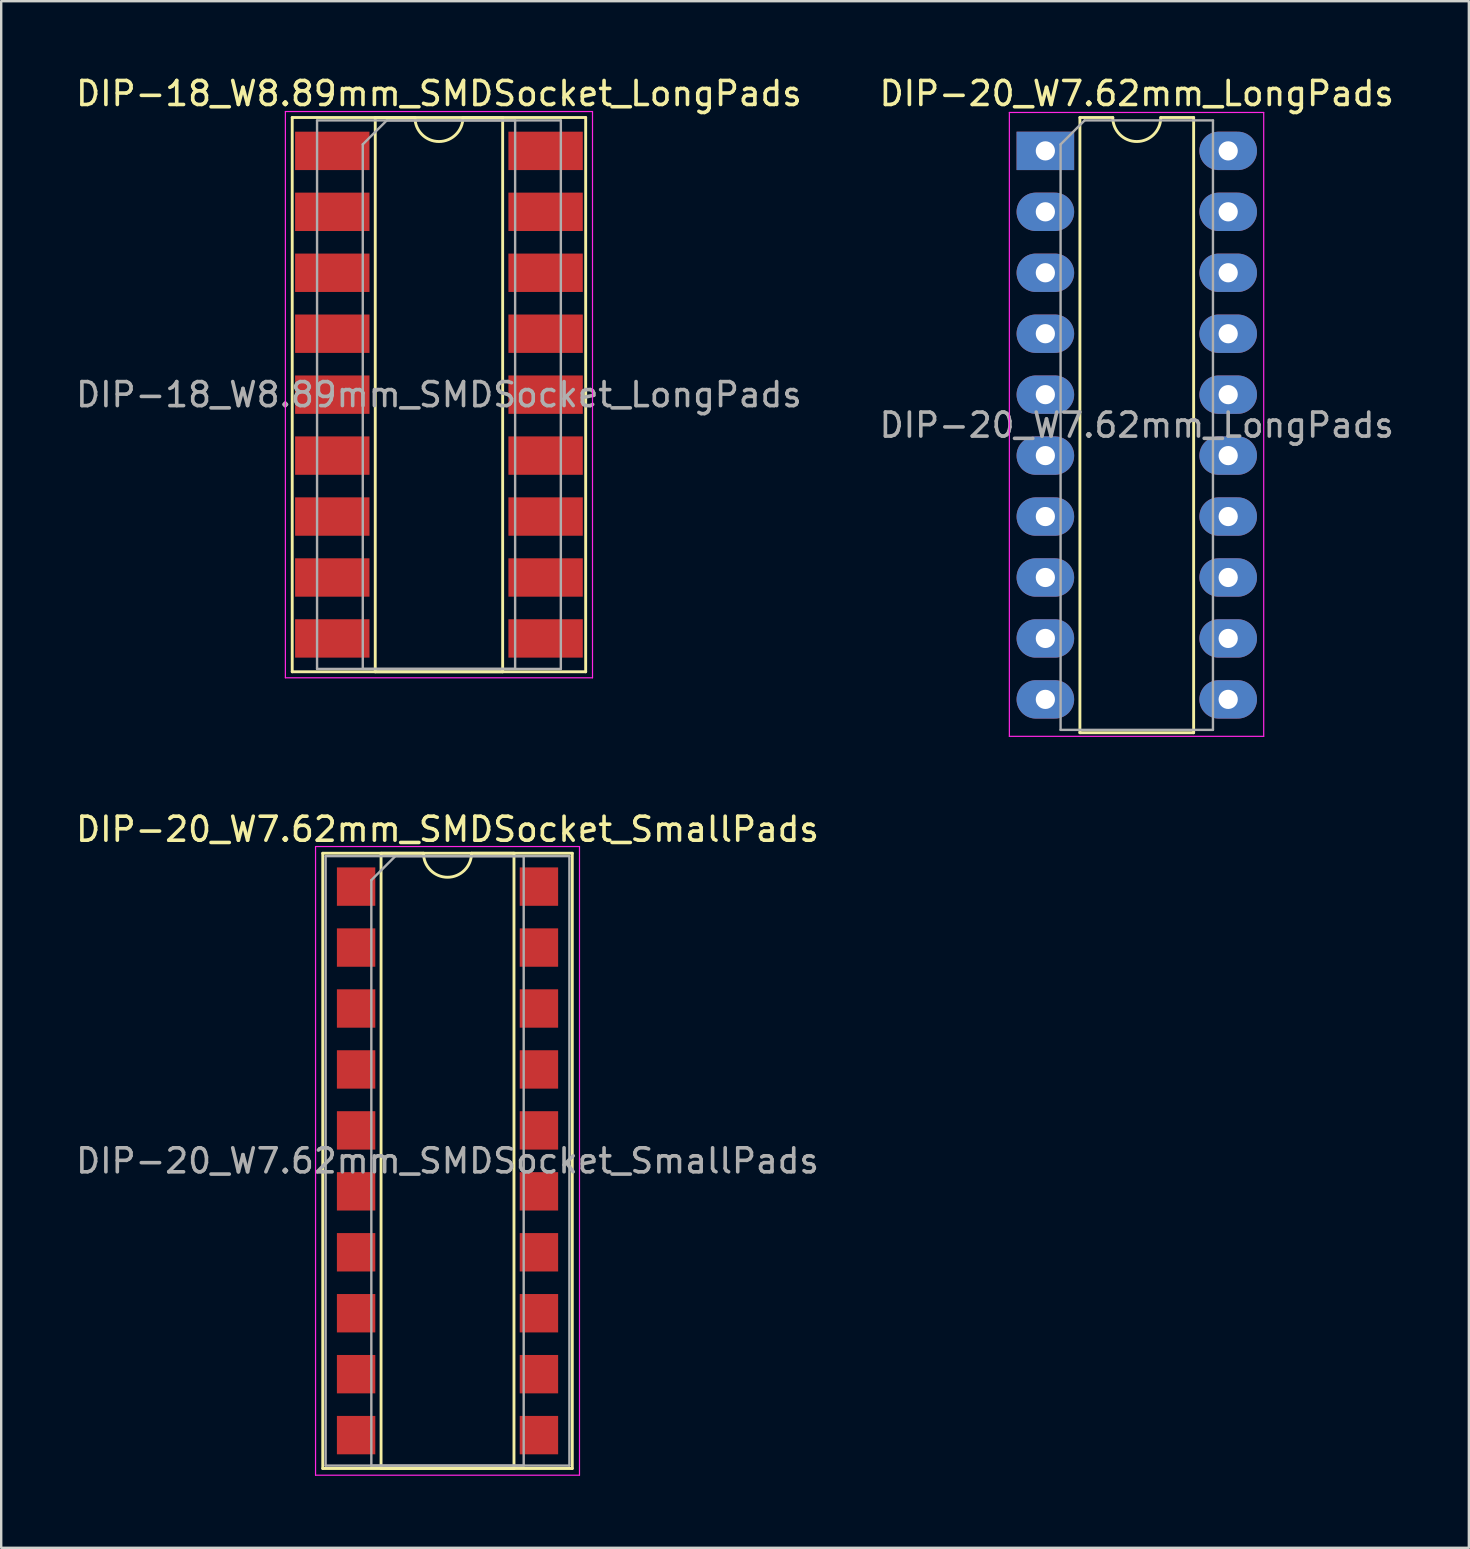
<source format=kicad_pcb>
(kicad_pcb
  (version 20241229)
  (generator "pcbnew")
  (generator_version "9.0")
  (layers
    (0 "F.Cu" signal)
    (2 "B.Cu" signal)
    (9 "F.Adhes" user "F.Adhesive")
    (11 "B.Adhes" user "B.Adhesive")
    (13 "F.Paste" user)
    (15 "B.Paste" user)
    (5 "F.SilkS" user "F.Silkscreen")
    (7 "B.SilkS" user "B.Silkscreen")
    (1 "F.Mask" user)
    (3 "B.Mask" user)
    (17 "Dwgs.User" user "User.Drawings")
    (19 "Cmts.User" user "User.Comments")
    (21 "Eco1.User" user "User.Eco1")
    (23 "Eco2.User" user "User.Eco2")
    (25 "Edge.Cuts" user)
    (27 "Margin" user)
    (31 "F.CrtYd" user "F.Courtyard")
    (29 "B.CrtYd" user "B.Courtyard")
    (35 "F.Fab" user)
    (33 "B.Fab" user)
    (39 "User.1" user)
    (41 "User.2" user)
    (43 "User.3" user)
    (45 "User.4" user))
  (footprint "DIP-20_W7.62mm_LongPads"
    (layer "F.Cu")
    (at 40.517 3.238)
    (property "Reference" "DIP-20_W7.62mm_LongPads" (at 3.81 -2.39 0) (layer "F.SilkS") (effects (font (size 1 1) (thickness 0.15))))
    (attr through_hole)
    (fp_line (start 1.44 -1.39) (end 1.44 24.25) (stroke (width 0.12) (type solid)) (layer "F.SilkS"))
    (fp_line (start 1.44 24.25) (end 6.18 24.25) (stroke (width 0.12) (type solid)) (layer "F.SilkS"))
    (fp_line (start 2.81 -1.39) (end 1.44 -1.39) (stroke (width 0.12) (type solid)) (layer "F.SilkS"))
    (fp_line (start 6.18 -1.39) (end 4.81 -1.39) (stroke (width 0.12) (type solid)) (layer "F.SilkS"))
    (fp_line (start 6.18 24.25) (end 6.18 -1.39) (stroke (width 0.12) (type solid)) (layer "F.SilkS"))
    (fp_arc (start 4.81 -1.39) (mid 3.81 -0.39) (end 2.81 -1.39) (stroke (width 0.12) (type solid)) (layer "F.SilkS"))
    (fp_line (start -1.5 -1.6) (end -1.5 24.4) (stroke (width 0.05) (type solid)) (layer "F.CrtYd"))
    (fp_line (start -1.5 24.4) (end 9.1 24.4) (stroke (width 0.05) (type solid)) (layer "F.CrtYd"))
    (fp_line (start 9.1 -1.6) (end -1.5 -1.6) (stroke (width 0.05) (type solid)) (layer "F.CrtYd"))
    (fp_line (start 9.1 24.4) (end 9.1 -1.6) (stroke (width 0.05) (type solid)) (layer "F.CrtYd"))
    (fp_line (start 0.635 -0.27) (end 1.635 -1.27) (stroke (width 0.1) (type solid)) (layer "F.Fab"))
    (fp_line (start 0.635 24.13) (end 0.635 -0.27) (stroke (width 0.1) (type solid)) (layer "F.Fab"))
    (fp_line (start 1.635 -1.27) (end 6.985 -1.27) (stroke (width 0.1) (type solid)) (layer "F.Fab"))
    (fp_line (start 6.985 -1.27) (end 6.985 24.13) (stroke (width 0.1) (type solid)) (layer "F.Fab"))
    (fp_line (start 6.985 24.13) (end 0.635 24.13) (stroke (width 0.1) (type solid)) (layer "F.Fab"))
    (fp_text user "${REFERENCE}" (at 3.81 11.43 0) (layer "F.Fab") (effects (font (size 1 1) (thickness 0.15))))
    (pad "1" thru_hole rect (at 0 0) (size 2.4 1.6) (drill 0.8) (layers "*.Cu" "*.Mask"))
    (pad "2" thru_hole oval (at 0 2.54) (size 2.4 1.6) (drill 0.8) (layers "*.Cu" "*.Mask"))
    (pad "3" thru_hole oval (at 0 5.08) (size 2.4 1.6) (drill 0.8) (layers "*.Cu" "*.Mask"))
    (pad "4" thru_hole oval (at 0 7.62) (size 2.4 1.6) (drill 0.8) (layers "*.Cu" "*.Mask"))
    (pad "5" thru_hole oval (at 0 10.16) (size 2.4 1.6) (drill 0.8) (layers "*.Cu" "*.Mask"))
    (pad "6" thru_hole oval (at 0 12.7) (size 2.4 1.6) (drill 0.8) (layers "*.Cu" "*.Mask"))
    (pad "7" thru_hole oval (at 0 15.24) (size 2.4 1.6) (drill 0.8) (layers "*.Cu" "*.Mask"))
    (pad "8" thru_hole oval (at 0 17.78) (size 2.4 1.6) (drill 0.8) (layers "*.Cu" "*.Mask"))
    (pad "9" thru_hole oval (at 0 20.32) (size 2.4 1.6) (drill 0.8) (layers "*.Cu" "*.Mask"))
    (pad "10" thru_hole oval (at 0 22.86) (size 2.4 1.6) (drill 0.8) (layers "*.Cu" "*.Mask"))
    (pad "11" thru_hole oval (at 7.62 22.86) (size 2.4 1.6) (drill 0.8) (layers "*.Cu" "*.Mask"))
    (pad "12" thru_hole oval (at 7.62 20.32) (size 2.4 1.6) (drill 0.8) (layers "*.Cu" "*.Mask"))
    (pad "13" thru_hole oval (at 7.62 17.78) (size 2.4 1.6) (drill 0.8) (layers "*.Cu" "*.Mask"))
    (pad "14" thru_hole oval (at 7.62 15.24) (size 2.4 1.6) (drill 0.8) (layers "*.Cu" "*.Mask"))
    (pad "15" thru_hole oval (at 7.62 12.7) (size 2.4 1.6) (drill 0.8) (layers "*.Cu" "*.Mask"))
    (pad "16" thru_hole oval (at 7.62 10.16) (size 2.4 1.6) (drill 0.8) (layers "*.Cu" "*.Mask"))
    (pad "17" thru_hole oval (at 7.62 7.62) (size 2.4 1.6) (drill 0.8) (layers "*.Cu" "*.Mask"))
    (pad "18" thru_hole oval (at 7.62 5.08) (size 2.4 1.6) (drill 0.8) (layers "*.Cu" "*.Mask"))
    (pad "19" thru_hole oval (at 7.62 2.54) (size 2.4 1.6) (drill 0.8) (layers "*.Cu" "*.Mask"))
    (pad "20" thru_hole oval (at 7.62 0) (size 2.4 1.6) (drill 0.8) (layers "*.Cu" "*.Mask")))
  (footprint "DIP-20_W7.62mm_SMDSocket_SmallPads"
    (layer "F.Cu")
    (at 15.601 45.331)
    (property "Reference" "DIP-20_W7.62mm_SMDSocket_SmallPads" (at 0 -13.82 0) (layer "F.SilkS") (effects (font (size 1 1) (thickness 0.15))))
    (attr smd)
    (fp_line (start -5.2 -12.82) (end -5.2 12.82) (stroke (width 0.12) (type solid)) (layer "F.SilkS"))
    (fp_line (start -5.2 12.82) (end 5.2 12.82) (stroke (width 0.12) (type solid)) (layer "F.SilkS"))
    (fp_line (start -2.77 -12.82) (end -2.77 12.82) (stroke (width 0.12) (type solid)) (layer "F.SilkS"))
    (fp_line (start -2.77 12.82) (end 2.77 12.82) (stroke (width 0.12) (type solid)) (layer "F.SilkS"))
    (fp_line (start -1 -12.82) (end -2.77 -12.82) (stroke (width 0.12) (type solid)) (layer "F.SilkS"))
    (fp_line (start 2.77 -12.82) (end 1 -12.82) (stroke (width 0.12) (type solid)) (layer "F.SilkS"))
    (fp_line (start 2.77 12.82) (end 2.77 -12.82) (stroke (width 0.12) (type solid)) (layer "F.SilkS"))
    (fp_line (start 5.2 -12.82) (end -5.2 -12.82) (stroke (width 0.12) (type solid)) (layer "F.SilkS"))
    (fp_line (start 5.2 12.82) (end 5.2 -12.82) (stroke (width 0.12) (type solid)) (layer "F.SilkS"))
    (fp_arc (start 1 -12.82) (mid 0 -11.82) (end -1 -12.82) (stroke (width 0.12) (type solid)) (layer "F.SilkS"))
    (fp_line (start -5.5 -13.1) (end -5.5 13.1) (stroke (width 0.05) (type solid)) (layer "F.CrtYd"))
    (fp_line (start -5.5 13.1) (end 5.5 13.1) (stroke (width 0.05) (type solid)) (layer "F.CrtYd"))
    (fp_line (start 5.5 -13.1) (end -5.5 -13.1) (stroke (width 0.05) (type solid)) (layer "F.CrtYd"))
    (fp_line (start 5.5 13.1) (end 5.5 -13.1) (stroke (width 0.05) (type solid)) (layer "F.CrtYd"))
    (fp_line (start -5.08 -12.7) (end -5.08 12.7) (stroke (width 0.1) (type solid)) (layer "F.Fab"))
    (fp_line (start -5.08 12.7) (end 5.08 12.7) (stroke (width 0.1) (type solid)) (layer "F.Fab"))
    (fp_line (start -3.175 -11.7) (end -2.175 -12.7) (stroke (width 0.1) (type solid)) (layer "F.Fab"))
    (fp_line (start -3.175 12.7) (end -3.175 -11.7) (stroke (width 0.1) (type solid)) (layer "F.Fab"))
    (fp_line (start -2.175 -12.7) (end 3.175 -12.7) (stroke (width 0.1) (type solid)) (layer "F.Fab"))
    (fp_line (start 3.175 -12.7) (end 3.175 12.7) (stroke (width 0.1) (type solid)) (layer "F.Fab"))
    (fp_line (start 3.175 12.7) (end -3.175 12.7) (stroke (width 0.1) (type solid)) (layer "F.Fab"))
    (fp_line (start 5.08 -12.7) (end -5.08 -12.7) (stroke (width 0.1) (type solid)) (layer "F.Fab"))
    (fp_line (start 5.08 12.7) (end 5.08 -12.7) (stroke (width 0.1) (type solid)) (layer "F.Fab"))
    (fp_text user "${REFERENCE}" (at 0 0 0) (layer "F.Fab") (effects (font (size 1 1) (thickness 0.15))))
    (pad "1" smd rect (at -3.81 -11.43) (size 1.6 1.6) (layers "F.Cu" "F.Mask" "F.Paste"))
    (pad "2" smd rect (at -3.81 -8.89) (size 1.6 1.6) (layers "F.Cu" "F.Mask" "F.Paste"))
    (pad "3" smd rect (at -3.81 -6.35) (size 1.6 1.6) (layers "F.Cu" "F.Mask" "F.Paste"))
    (pad "4" smd rect (at -3.81 -3.81) (size 1.6 1.6) (layers "F.Cu" "F.Mask" "F.Paste"))
    (pad "5" smd rect (at -3.81 -1.27) (size 1.6 1.6) (layers "F.Cu" "F.Mask" "F.Paste"))
    (pad "6" smd rect (at -3.81 1.27) (size 1.6 1.6) (layers "F.Cu" "F.Mask" "F.Paste"))
    (pad "7" smd rect (at -3.81 3.81) (size 1.6 1.6) (layers "F.Cu" "F.Mask" "F.Paste"))
    (pad "8" smd rect (at -3.81 6.35) (size 1.6 1.6) (layers "F.Cu" "F.Mask" "F.Paste"))
    (pad "9" smd rect (at -3.81 8.89) (size 1.6 1.6) (layers "F.Cu" "F.Mask" "F.Paste"))
    (pad "10" smd rect (at -3.81 11.43) (size 1.6 1.6) (layers "F.Cu" "F.Mask" "F.Paste"))
    (pad "11" smd rect (at 3.81 11.43) (size 1.6 1.6) (layers "F.Cu" "F.Mask" "F.Paste"))
    (pad "12" smd rect (at 3.81 8.89) (size 1.6 1.6) (layers "F.Cu" "F.Mask" "F.Paste"))
    (pad "13" smd rect (at 3.81 6.35) (size 1.6 1.6) (layers "F.Cu" "F.Mask" "F.Paste"))
    (pad "14" smd rect (at 3.81 3.81) (size 1.6 1.6) (layers "F.Cu" "F.Mask" "F.Paste"))
    (pad "15" smd rect (at 3.81 1.27) (size 1.6 1.6) (layers "F.Cu" "F.Mask" "F.Paste"))
    (pad "16" smd rect (at 3.81 -1.27) (size 1.6 1.6) (layers "F.Cu" "F.Mask" "F.Paste"))
    (pad "17" smd rect (at 3.81 -3.81) (size 1.6 1.6) (layers "F.Cu" "F.Mask" "F.Paste"))
    (pad "18" smd rect (at 3.81 -6.35) (size 1.6 1.6) (layers "F.Cu" "F.Mask" "F.Paste"))
    (pad "19" smd rect (at 3.81 -8.89) (size 1.6 1.6) (layers "F.Cu" "F.Mask" "F.Paste"))
    (pad "20" smd rect (at 3.81 -11.43) (size 1.6 1.6) (layers "F.Cu" "F.Mask" "F.Paste")))
  (footprint "DIP-18_W8.89mm_SMDSocket_LongPads"
    (layer "F.Cu")
    (at 15.244 13.398)
    (property "Reference" "DIP-18_W8.89mm_SMDSocket_LongPads" (at 0 -12.55 0) (layer "F.SilkS") (effects (font (size 1 1) (thickness 0.15))))
    (attr smd)
    (fp_line (start -6.115 -11.55) (end -6.115 11.55) (stroke (width 0.12) (type solid)) (layer "F.SilkS"))
    (fp_line (start -6.115 11.55) (end 6.115 11.55) (stroke (width 0.12) (type solid)) (layer "F.SilkS"))
    (fp_line (start -2.655 -11.55) (end -2.655 11.55) (stroke (width 0.12) (type solid)) (layer "F.SilkS"))
    (fp_line (start -2.655 11.55) (end 2.655 11.55) (stroke (width 0.12) (type solid)) (layer "F.SilkS"))
    (fp_line (start -1 -11.55) (end -2.655 -11.55) (stroke (width 0.12) (type solid)) (layer "F.SilkS"))
    (fp_line (start 2.655 -11.55) (end 1 -11.55) (stroke (width 0.12) (type solid)) (layer "F.SilkS"))
    (fp_line (start 2.655 11.55) (end 2.655 -11.55) (stroke (width 0.12) (type solid)) (layer "F.SilkS"))
    (fp_line (start 6.115 -11.55) (end -6.115 -11.55) (stroke (width 0.12) (type solid)) (layer "F.SilkS"))
    (fp_line (start 6.115 11.55) (end 6.115 -11.55) (stroke (width 0.12) (type solid)) (layer "F.SilkS"))
    (fp_arc (start 1 -11.55) (mid 0 -10.55) (end -1 -11.55) (stroke (width 0.12) (type solid)) (layer "F.SilkS"))
    (fp_line (start -6.4 -11.8) (end -6.4 11.8) (stroke (width 0.05) (type solid)) (layer "F.CrtYd"))
    (fp_line (start -6.4 11.8) (end 6.4 11.8) (stroke (width 0.05) (type solid)) (layer "F.CrtYd"))
    (fp_line (start 6.4 -11.8) (end -6.4 -11.8) (stroke (width 0.05) (type solid)) (layer "F.CrtYd"))
    (fp_line (start 6.4 11.8) (end 6.4 -11.8) (stroke (width 0.05) (type solid)) (layer "F.CrtYd"))
    (fp_line (start -5.08 -11.43) (end -5.08 11.43) (stroke (width 0.1) (type solid)) (layer "F.Fab"))
    (fp_line (start -5.08 11.43) (end 5.08 11.43) (stroke (width 0.1) (type solid)) (layer "F.Fab"))
    (fp_line (start -3.175 -10.43) (end -2.175 -11.43) (stroke (width 0.1) (type solid)) (layer "F.Fab"))
    (fp_line (start -3.175 11.43) (end -3.175 -10.43) (stroke (width 0.1) (type solid)) (layer "F.Fab"))
    (fp_line (start -2.175 -11.43) (end 3.175 -11.43) (stroke (width 0.1) (type solid)) (layer "F.Fab"))
    (fp_line (start 3.175 -11.43) (end 3.175 11.43) (stroke (width 0.1) (type solid)) (layer "F.Fab"))
    (fp_line (start 3.175 11.43) (end -3.175 11.43) (stroke (width 0.1) (type solid)) (layer "F.Fab"))
    (fp_line (start 5.08 -11.43) (end -5.08 -11.43) (stroke (width 0.1) (type solid)) (layer "F.Fab"))
    (fp_line (start 5.08 11.43) (end 5.08 -11.43) (stroke (width 0.1) (type solid)) (layer "F.Fab"))
    (fp_text user "${REFERENCE}" (at 0 0 0) (layer "F.Fab") (effects (font (size 1 1) (thickness 0.15))))
    (pad "1" smd rect (at -4.445 -10.16) (size 3.1 1.6) (layers "F.Cu" "F.Mask" "F.Paste"))
    (pad "2" smd rect (at -4.445 -7.62) (size 3.1 1.6) (layers "F.Cu" "F.Mask" "F.Paste"))
    (pad "3" smd rect (at -4.445 -5.08) (size 3.1 1.6) (layers "F.Cu" "F.Mask" "F.Paste"))
    (pad "4" smd rect (at -4.445 -2.54) (size 3.1 1.6) (layers "F.Cu" "F.Mask" "F.Paste"))
    (pad "5" smd rect (at -4.445 0) (size 3.1 1.6) (layers "F.Cu" "F.Mask" "F.Paste"))
    (pad "6" smd rect (at -4.445 2.54) (size 3.1 1.6) (layers "F.Cu" "F.Mask" "F.Paste"))
    (pad "7" smd rect (at -4.445 5.08) (size 3.1 1.6) (layers "F.Cu" "F.Mask" "F.Paste"))
    (pad "8" smd rect (at -4.445 7.62) (size 3.1 1.6) (layers "F.Cu" "F.Mask" "F.Paste"))
    (pad "9" smd rect (at -4.445 10.16) (size 3.1 1.6) (layers "F.Cu" "F.Mask" "F.Paste"))
    (pad "10" smd rect (at 4.445 10.16) (size 3.1 1.6) (layers "F.Cu" "F.Mask" "F.Paste"))
    (pad "11" smd rect (at 4.445 7.62) (size 3.1 1.6) (layers "F.Cu" "F.Mask" "F.Paste"))
    (pad "12" smd rect (at 4.445 5.08) (size 3.1 1.6) (layers "F.Cu" "F.Mask" "F.Paste"))
    (pad "13" smd rect (at 4.445 2.54) (size 3.1 1.6) (layers "F.Cu" "F.Mask" "F.Paste"))
    (pad "14" smd rect (at 4.445 0) (size 3.1 1.6) (layers "F.Cu" "F.Mask" "F.Paste"))
    (pad "15" smd rect (at 4.445 -2.54) (size 3.1 1.6) (layers "F.Cu" "F.Mask" "F.Paste"))
    (pad "16" smd rect (at 4.445 -5.08) (size 3.1 1.6) (layers "F.Cu" "F.Mask" "F.Paste"))
    (pad "17" smd rect (at 4.445 -7.62) (size 3.1 1.6) (layers "F.Cu" "F.Mask" "F.Paste"))
    (pad "18" smd rect (at 4.445 -10.16) (size 3.1 1.6) (layers "F.Cu" "F.Mask" "F.Paste")))
  (gr_rect
    (start -3 -3)
    (end 58.167 61.456)
    (stroke (width 0.1) (type default))
    (fill no)
    (layer "Edge.Cuts")))
</source>
